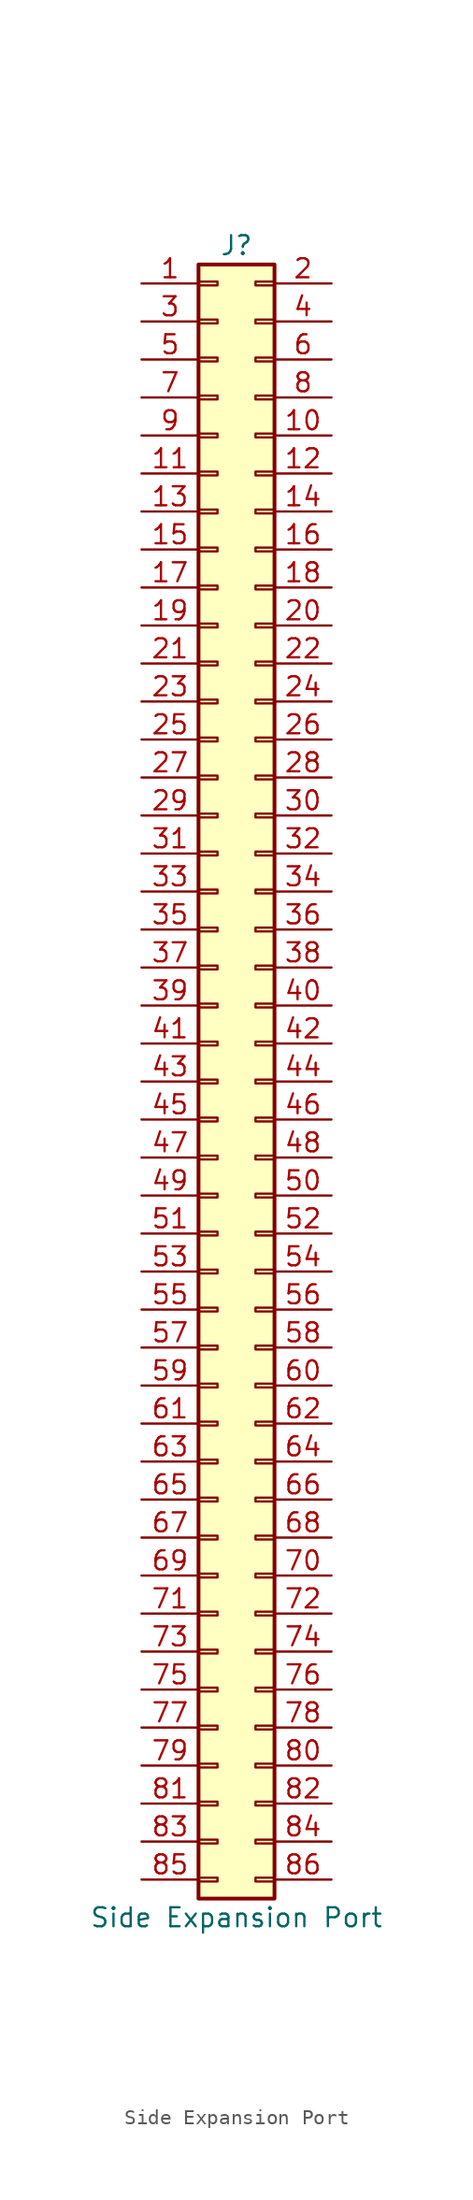
<source format=kicad_sym>
(kicad_symbol_lib
  (version 20211014)
  (generator kicad_symbol_editor)
  (symbol "Side Expansion Port"
    (pin_names
      (offset 1.016) hide)
    (property "Reference" "J"
      (at 1.27 50.8 0)
      (effects (font (size 1.27 1.27))))
    (property "Value" "Side Expansion Port"
      (at 1.27 -60.96 0)
      (effects (font (size 1.27 1.27))))
    (symbol "Side Expansion Port_1_1"
      (rectangle (start -1.27 -58.293) (end 0 -58.547) (stroke (width 0.152) (type default) (color 0 0 0 0)) (fill (type none)))
      (rectangle (start -1.27 -55.753) (end 0 -56.007) (stroke (width 0.152) (type default) (color 0 0 0 0)) (fill (type none)))
      (rectangle (start -1.27 -53.213) (end 0 -53.467) (stroke (width 0.152) (type default) (color 0 0 0 0)) (fill (type none)))
      (rectangle (start -1.27 -50.673) (end 0 -50.927) (stroke (width 0.152) (type default) (color 0 0 0 0)) (fill (type none)))
      (rectangle (start -1.27 -48.133) (end 0 -48.387) (stroke (width 0.152) (type default) (color 0 0 0 0)) (fill (type none)))
      (rectangle (start -1.27 -45.593) (end 0 -45.847) (stroke (width 0.152) (type default) (color 0 0 0 0)) (fill (type none)))
      (rectangle (start -1.27 -43.053) (end 0 -43.307) (stroke (width 0.152) (type default) (color 0 0 0 0)) (fill (type none)))
      (rectangle (start -1.27 -40.513) (end 0 -40.767) (stroke (width 0.152) (type default) (color 0 0 0 0)) (fill (type none)))
      (rectangle (start -1.27 -37.973) (end 0 -38.227) (stroke (width 0.152) (type default) (color 0 0 0 0)) (fill (type none)))
      (rectangle (start -1.27 -35.433) (end 0 -35.687) (stroke (width 0.152) (type default) (color 0 0 0 0)) (fill (type none)))
      (rectangle (start -1.27 -32.893) (end 0 -33.147) (stroke (width 0.152) (type default) (color 0 0 0 0)) (fill (type none)))
      (rectangle (start -1.27 -30.353) (end 0 -30.607) (stroke (width 0.152) (type default) (color 0 0 0 0)) (fill (type none)))
      (rectangle (start -1.27 -27.813) (end 0 -28.067) (stroke (width 0.152) (type default) (color 0 0 0 0)) (fill (type none)))
      (rectangle (start -1.27 -25.273) (end 0 -25.527) (stroke (width 0.152) (type default) (color 0 0 0 0)) (fill (type none)))
      (rectangle (start -1.27 -22.733) (end 0 -22.987) (stroke (width 0.152) (type default) (color 0 0 0 0)) (fill (type none)))
      (rectangle (start -1.27 -20.193) (end 0 -20.447) (stroke (width 0.152) (type default) (color 0 0 0 0)) (fill (type none)))
      (rectangle (start -1.27 -17.653) (end 0 -17.907) (stroke (width 0.152) (type default) (color 0 0 0 0)) (fill (type none)))
      (rectangle (start -1.27 -15.113) (end 0 -15.367) (stroke (width 0.152) (type default) (color 0 0 0 0)) (fill (type none)))
      (rectangle (start -1.27 -12.573) (end 0 -12.827) (stroke (width 0.152) (type default) (color 0 0 0 0)) (fill (type none)))
      (rectangle (start -1.27 -10.033) (end 0 -10.287) (stroke (width 0.152) (type default) (color 0 0 0 0)) (fill (type none)))
      (rectangle (start -1.27 -7.493) (end 0 -7.747) (stroke (width 0.152) (type default) (color 0 0 0 0)) (fill (type none)))
      (rectangle (start -1.27 -4.953) (end 0 -5.207) (stroke (width 0.152) (type default) (color 0 0 0 0)) (fill (type none)))
      (rectangle (start -1.27 -2.413) (end 0 -2.667) (stroke (width 0.152) (type default) (color 0 0 0 0)) (fill (type none)))
      (rectangle (start -1.27 0.127) (end 0 -0.127) (stroke (width 0.152) (type default) (color 0 0 0 0)) (fill (type none)))
      (rectangle (start -1.27 2.667) (end 0 2.413) (stroke (width 0.152) (type default) (color 0 0 0 0)) (fill (type none)))
      (rectangle (start -1.27 5.207) (end 0 4.953) (stroke (width 0.152) (type default) (color 0 0 0 0)) (fill (type none)))
      (rectangle (start -1.27 7.747) (end 0 7.493) (stroke (width 0.152) (type default) (color 0 0 0 0)) (fill (type none)))
      (rectangle (start -1.27 10.287) (end 0 10.033) (stroke (width 0.152) (type default) (color 0 0 0 0)) (fill (type none)))
      (rectangle (start -1.27 12.827) (end 0 12.573) (stroke (width 0.152) (type default) (color 0 0 0 0)) (fill (type none)))
      (rectangle (start -1.27 15.367) (end 0 15.113) (stroke (width 0.152) (type default) (color 0 0 0 0)) (fill (type none)))
      (rectangle (start -1.27 17.907) (end 0 17.653) (stroke (width 0.152) (type default) (color 0 0 0 0)) (fill (type none)))
      (rectangle (start -1.27 20.447) (end 0 20.193) (stroke (width 0.152) (type default) (color 0 0 0 0)) (fill (type none)))
      (rectangle (start -1.27 22.987) (end 0 22.733) (stroke (width 0.152) (type default) (color 0 0 0 0)) (fill (type none)))
      (rectangle (start -1.27 25.527) (end 0 25.273) (stroke (width 0.152) (type default) (color 0 0 0 0)) (fill (type none)))
      (rectangle (start -1.27 28.067) (end 0 27.813) (stroke (width 0.152) (type default) (color 0 0 0 0)) (fill (type none)))
      (rectangle (start -1.27 30.607) (end 0 30.353) (stroke (width 0.152) (type default) (color 0 0 0 0)) (fill (type none)))
      (rectangle (start -1.27 33.147) (end 0 32.893) (stroke (width 0.152) (type default) (color 0 0 0 0)) (fill (type none)))
      (rectangle (start -1.27 35.687) (end 0 35.433) (stroke (width 0.152) (type default) (color 0 0 0 0)) (fill (type none)))
      (rectangle (start -1.27 38.227) (end 0 37.973) (stroke (width 0.152) (type default) (color 0 0 0 0)) (fill (type none)))
      (rectangle (start -1.27 40.767) (end 0 40.513) (stroke (width 0.152) (type default) (color 0 0 0 0)) (fill (type none)))
      (rectangle (start -1.27 43.307) (end 0 43.053) (stroke (width 0.152) (type default) (color 0 0 0 0)) (fill (type none)))
      (rectangle (start -1.27 45.847) (end 0 45.593) (stroke (width 0.152) (type default) (color 0 0 0 0)) (fill (type none)))
      (rectangle (start -1.27 48.387) (end 0 48.133) (stroke (width 0.152) (type default) (color 0 0 0 0)) (fill (type none)))
      (rectangle (start -1.27 49.53) (end 3.81 -59.69) (stroke (width 0.254) (type default) (color 0 0 0 0)) (fill (type background)))
      (rectangle (start 3.81 -58.293) (end 2.54 -58.547) (stroke (width 0.152) (type default) (color 0 0 0 0)) (fill (type none)))
      (rectangle (start 3.81 -55.753) (end 2.54 -56.007) (stroke (width 0.152) (type default) (color 0 0 0 0)) (fill (type none)))
      (rectangle (start 3.81 -53.213) (end 2.54 -53.467) (stroke (width 0.152) (type default) (color 0 0 0 0)) (fill (type none)))
      (rectangle (start 3.81 -50.673) (end 2.54 -50.927) (stroke (width 0.152) (type default) (color 0 0 0 0)) (fill (type none)))
      (rectangle (start 3.81 -48.133) (end 2.54 -48.387) (stroke (width 0.152) (type default) (color 0 0 0 0)) (fill (type none)))
      (rectangle (start 3.81 -45.593) (end 2.54 -45.847) (stroke (width 0.152) (type default) (color 0 0 0 0)) (fill (type none)))
      (rectangle (start 3.81 -43.053) (end 2.54 -43.307) (stroke (width 0.152) (type default) (color 0 0 0 0)) (fill (type none)))
      (rectangle (start 3.81 -40.513) (end 2.54 -40.767) (stroke (width 0.152) (type default) (color 0 0 0 0)) (fill (type none)))
      (rectangle (start 3.81 -37.973) (end 2.54 -38.227) (stroke (width 0.152) (type default) (color 0 0 0 0)) (fill (type none)))
      (rectangle (start 3.81 -35.433) (end 2.54 -35.687) (stroke (width 0.152) (type default) (color 0 0 0 0)) (fill (type none)))
      (rectangle (start 3.81 -32.893) (end 2.54 -33.147) (stroke (width 0.152) (type default) (color 0 0 0 0)) (fill (type none)))
      (rectangle (start 3.81 -30.353) (end 2.54 -30.607) (stroke (width 0.152) (type default) (color 0 0 0 0)) (fill (type none)))
      (rectangle (start 3.81 -27.813) (end 2.54 -28.067) (stroke (width 0.152) (type default) (color 0 0 0 0)) (fill (type none)))
      (rectangle (start 3.81 -25.273) (end 2.54 -25.527) (stroke (width 0.152) (type default) (color 0 0 0 0)) (fill (type none)))
      (rectangle (start 3.81 -22.733) (end 2.54 -22.987) (stroke (width 0.152) (type default) (color 0 0 0 0)) (fill (type none)))
      (rectangle (start 3.81 -20.193) (end 2.54 -20.447) (stroke (width 0.152) (type default) (color 0 0 0 0)) (fill (type none)))
      (rectangle (start 3.81 -17.653) (end 2.54 -17.907) (stroke (width 0.152) (type default) (color 0 0 0 0)) (fill (type none)))
      (rectangle (start 3.81 -15.113) (end 2.54 -15.367) (stroke (width 0.152) (type default) (color 0 0 0 0)) (fill (type none)))
      (rectangle (start 3.81 -12.573) (end 2.54 -12.827) (stroke (width 0.152) (type default) (color 0 0 0 0)) (fill (type none)))
      (rectangle (start 3.81 -10.033) (end 2.54 -10.287) (stroke (width 0.152) (type default) (color 0 0 0 0)) (fill (type none)))
      (rectangle (start 3.81 -7.493) (end 2.54 -7.747) (stroke (width 0.152) (type default) (color 0 0 0 0)) (fill (type none)))
      (rectangle (start 3.81 -4.953) (end 2.54 -5.207) (stroke (width 0.152) (type default) (color 0 0 0 0)) (fill (type none)))
      (rectangle (start 3.81 -2.413) (end 2.54 -2.667) (stroke (width 0.152) (type default) (color 0 0 0 0)) (fill (type none)))
      (rectangle (start 3.81 0.127) (end 2.54 -0.127) (stroke (width 0.152) (type default) (color 0 0 0 0)) (fill (type none)))
      (rectangle (start 3.81 2.667) (end 2.54 2.413) (stroke (width 0.152) (type default) (color 0 0 0 0)) (fill (type none)))
      (rectangle (start 3.81 5.207) (end 2.54 4.953) (stroke (width 0.152) (type default) (color 0 0 0 0)) (fill (type none)))
      (rectangle (start 3.81 7.747) (end 2.54 7.493) (stroke (width 0.152) (type default) (color 0 0 0 0)) (fill (type none)))
      (rectangle (start 3.81 10.287) (end 2.54 10.033) (stroke (width 0.152) (type default) (color 0 0 0 0)) (fill (type none)))
      (rectangle (start 3.81 12.827) (end 2.54 12.573) (stroke (width 0.152) (type default) (color 0 0 0 0)) (fill (type none)))
      (rectangle (start 3.81 15.367) (end 2.54 15.113) (stroke (width 0.152) (type default) (color 0 0 0 0)) (fill (type none)))
      (rectangle (start 3.81 17.907) (end 2.54 17.653) (stroke (width 0.152) (type default) (color 0 0 0 0)) (fill (type none)))
      (rectangle (start 3.81 20.447) (end 2.54 20.193) (stroke (width 0.152) (type default) (color 0 0 0 0)) (fill (type none)))
      (rectangle (start 3.81 22.987) (end 2.54 22.733) (stroke (width 0.152) (type default) (color 0 0 0 0)) (fill (type none)))
      (rectangle (start 3.81 25.527) (end 2.54 25.273) (stroke (width 0.152) (type default) (color 0 0 0 0)) (fill (type none)))
      (rectangle (start 3.81 28.067) (end 2.54 27.813) (stroke (width 0.152) (type default) (color 0 0 0 0)) (fill (type none)))
      (rectangle (start 3.81 30.607) (end 2.54 30.353) (stroke (width 0.152) (type default) (color 0 0 0 0)) (fill (type none)))
      (rectangle (start 3.81 33.147) (end 2.54 32.893) (stroke (width 0.152) (type default) (color 0 0 0 0)) (fill (type none)))
      (rectangle (start 3.81 35.687) (end 2.54 35.433) (stroke (width 0.152) (type default) (color 0 0 0 0)) (fill (type none)))
      (rectangle (start 3.81 38.227) (end 2.54 37.973) (stroke (width 0.152) (type default) (color 0 0 0 0)) (fill (type none)))
      (rectangle (start 3.81 40.767) (end 2.54 40.513) (stroke (width 0.152) (type default) (color 0 0 0 0)) (fill (type none)))
      (rectangle (start 3.81 43.307) (end 2.54 43.053) (stroke (width 0.152) (type default) (color 0 0 0 0)) (fill (type none)))
      (rectangle (start 3.81 45.847) (end 2.54 45.593) (stroke (width 0.152) (type default) (color 0 0 0 0)) (fill (type none)))
      (rectangle (start 3.81 48.387) (end 2.54 48.133) (stroke (width 0.152) (type default) (color 0 0 0 0)) (fill (type none)))
      (pin passive line (at -5.08 48.26 0) (length 3.81) (name "GND" (effects (font (size 1.27 1.27)))) (number "1" (effects (font (size 1.27 1.27)))))
      (pin passive line (at 7.62 38.1 180) (length 3.81) (name "+12V" (effects (font (size 1.27 1.27)))) (number "10" (effects (font (size 1.27 1.27)))))
      (pin passive line (at -5.08 35.56 0) (length 3.81) (name "NC" (effects (font (size 1.27 1.27)))) (number "11" (effects (font (size 1.27 1.27)))))
      (pin passive line (at 7.62 35.56 180) (length 3.81) (name "GND" (effects (font (size 1.27 1.27)))) (number "12" (effects (font (size 1.27 1.27)))))
      (pin passive line (at -5.08 33.02 0) (length 3.81) (name "GND" (effects (font (size 1.27 1.27)))) (number "13" (effects (font (size 1.27 1.27)))))
      (pin passive line (at 7.62 33.02 180) (length 3.81) (name "~{CCKQ}" (effects (font (size 1.27 1.27)))) (number "14" (effects (font (size 1.27 1.27)))))
      (pin passive line (at -5.08 30.48 0) (length 3.81) (name "CDAC" (effects (font (size 1.27 1.27)))) (number "15" (effects (font (size 1.27 1.27)))))
      (pin passive line (at 7.62 30.48 180) (length 3.81) (name "~{CCK}" (effects (font (size 1.27 1.27)))) (number "16" (effects (font (size 1.27 1.27)))))
      (pin passive line (at -5.08 27.94 0) (length 3.81) (name "~{OVR}" (effects (font (size 1.27 1.27)))) (number "17" (effects (font (size 1.27 1.27)))))
      (pin passive line (at 7.62 27.94 180) (length 3.81) (name "XRDY" (effects (font (size 1.27 1.27)))) (number "18" (effects (font (size 1.27 1.27)))))
      (pin passive line (at -5.08 25.4 0) (length 3.81) (name "~{INT2}" (effects (font (size 1.27 1.27)))) (number "19" (effects (font (size 1.27 1.27)))))
      (pin passive line (at 7.62 48.26 180) (length 3.81) (name "GND" (effects (font (size 1.27 1.27)))) (number "2" (effects (font (size 1.27 1.27)))))
      (pin passive line (at 7.62 25.4 180) (length 3.81) (name "NC" (effects (font (size 1.27 1.27)))) (number "20" (effects (font (size 1.27 1.27)))))
      (pin passive line (at -5.08 22.86 0) (length 3.81) (name "A5" (effects (font (size 1.27 1.27)))) (number "21" (effects (font (size 1.27 1.27)))))
      (pin passive line (at 7.62 22.86 180) (length 3.81) (name "~{INT6}" (effects (font (size 1.27 1.27)))) (number "22" (effects (font (size 1.27 1.27)))))
      (pin passive line (at -5.08 20.32 0) (length 3.81) (name "A6" (effects (font (size 1.27 1.27)))) (number "23" (effects (font (size 1.27 1.27)))))
      (pin passive line (at 7.62 20.32 180) (length 3.81) (name "A4" (effects (font (size 1.27 1.27)))) (number "24" (effects (font (size 1.27 1.27)))))
      (pin passive line (at -5.08 17.78 0) (length 3.81) (name "GND" (effects (font (size 1.27 1.27)))) (number "25" (effects (font (size 1.27 1.27)))))
      (pin passive line (at 7.62 17.78 180) (length 3.81) (name "A3" (effects (font (size 1.27 1.27)))) (number "26" (effects (font (size 1.27 1.27)))))
      (pin passive line (at -5.08 15.24 0) (length 3.81) (name "A2" (effects (font (size 1.27 1.27)))) (number "27" (effects (font (size 1.27 1.27)))))
      (pin passive line (at 7.62 15.24 180) (length 3.81) (name "A7" (effects (font (size 1.27 1.27)))) (number "28" (effects (font (size 1.27 1.27)))))
      (pin passive line (at -5.08 12.7 0) (length 3.81) (name "A1" (effects (font (size 1.27 1.27)))) (number "29" (effects (font (size 1.27 1.27)))))
      (pin passive line (at -5.08 45.72 0) (length 3.81) (name "GND" (effects (font (size 1.27 1.27)))) (number "3" (effects (font (size 1.27 1.27)))))
      (pin passive line (at 7.62 12.7 180) (length 3.81) (name "A8" (effects (font (size 1.27 1.27)))) (number "30" (effects (font (size 1.27 1.27)))))
      (pin passive line (at -5.08 10.16 0) (length 3.81) (name "FC0" (effects (font (size 1.27 1.27)))) (number "31" (effects (font (size 1.27 1.27)))))
      (pin passive line (at 7.62 10.16 180) (length 3.81) (name "A9" (effects (font (size 1.27 1.27)))) (number "32" (effects (font (size 1.27 1.27)))))
      (pin passive line (at -5.08 7.62 0) (length 3.81) (name "FC1" (effects (font (size 1.27 1.27)))) (number "33" (effects (font (size 1.27 1.27)))))
      (pin passive line (at 7.62 7.62 180) (length 3.81) (name "A10" (effects (font (size 1.27 1.27)))) (number "34" (effects (font (size 1.27 1.27)))))
      (pin passive line (at -5.08 5.08 0) (length 3.81) (name "FC2" (effects (font (size 1.27 1.27)))) (number "35" (effects (font (size 1.27 1.27)))))
      (pin passive line (at 7.62 5.08 180) (length 3.81) (name "A11" (effects (font (size 1.27 1.27)))) (number "36" (effects (font (size 1.27 1.27)))))
      (pin passive line (at -5.08 2.54 0) (length 3.81) (name "GND" (effects (font (size 1.27 1.27)))) (number "37" (effects (font (size 1.27 1.27)))))
      (pin passive line (at 7.62 2.54 180) (length 3.81) (name "A12" (effects (font (size 1.27 1.27)))) (number "38" (effects (font (size 1.27 1.27)))))
      (pin passive line (at -5.08 0 0) (length 3.81) (name "A13" (effects (font (size 1.27 1.27)))) (number "39" (effects (font (size 1.27 1.27)))))
      (pin passive line (at 7.62 45.72 180) (length 3.81) (name "GND" (effects (font (size 1.27 1.27)))) (number "4" (effects (font (size 1.27 1.27)))))
      (pin passive line (at 7.62 0 180) (length 3.81) (name "~{IPL0}" (effects (font (size 1.27 1.27)))) (number "40" (effects (font (size 1.27 1.27)))))
      (pin passive line (at -5.08 -2.54 0) (length 3.81) (name "A14" (effects (font (size 1.27 1.27)))) (number "41" (effects (font (size 1.27 1.27)))))
      (pin passive line (at 7.62 -2.54 180) (length 3.81) (name "~{IPL1}" (effects (font (size 1.27 1.27)))) (number "42" (effects (font (size 1.27 1.27)))))
      (pin passive line (at -5.08 -5.08 0) (length 3.81) (name "A15" (effects (font (size 1.27 1.27)))) (number "43" (effects (font (size 1.27 1.27)))))
      (pin passive line (at 7.62 -5.08 180) (length 3.81) (name "~{IPL2}" (effects (font (size 1.27 1.27)))) (number "44" (effects (font (size 1.27 1.27)))))
      (pin passive line (at -5.08 -7.62 0) (length 3.81) (name "A16" (effects (font (size 1.27 1.27)))) (number "45" (effects (font (size 1.27 1.27)))))
      (pin passive line (at 7.62 -7.62 180) (length 3.81) (name "~{BEER}" (effects (font (size 1.27 1.27)))) (number "46" (effects (font (size 1.27 1.27)))))
      (pin passive line (at -5.08 -10.16 0) (length 3.81) (name "A17" (effects (font (size 1.27 1.27)))) (number "47" (effects (font (size 1.27 1.27)))))
      (pin passive line (at 7.62 -10.16 180) (length 3.81) (name "~{VPA}" (effects (font (size 1.27 1.27)))) (number "48" (effects (font (size 1.27 1.27)))))
      (pin passive line (at -5.08 -12.7 0) (length 3.81) (name "GND" (effects (font (size 1.27 1.27)))) (number "49" (effects (font (size 1.27 1.27)))))
      (pin passive line (at -5.08 43.18 0) (length 3.81) (name "VCC" (effects (font (size 1.27 1.27)))) (number "5" (effects (font (size 1.27 1.27)))))
      (pin passive line (at 7.62 -12.7 180) (length 3.81) (name "E" (effects (font (size 1.27 1.27)))) (number "50" (effects (font (size 1.27 1.27)))))
      (pin passive line (at -5.08 -15.24 0) (length 3.81) (name "~{VMA}" (effects (font (size 1.27 1.27)))) (number "51" (effects (font (size 1.27 1.27)))))
      (pin passive line (at 7.62 -15.24 180) (length 3.81) (name "A18" (effects (font (size 1.27 1.27)))) (number "52" (effects (font (size 1.27 1.27)))))
      (pin passive line (at -5.08 -17.78 0) (length 3.81) (name "~{RST}" (effects (font (size 1.27 1.27)))) (number "53" (effects (font (size 1.27 1.27)))))
      (pin passive line (at 7.62 -17.78 180) (length 3.81) (name "A19" (effects (font (size 1.27 1.27)))) (number "54" (effects (font (size 1.27 1.27)))))
      (pin passive line (at -5.08 -20.32 0) (length 3.81) (name "~{HLT}" (effects (font (size 1.27 1.27)))) (number "55" (effects (font (size 1.27 1.27)))))
      (pin passive line (at 7.62 -20.32 180) (length 3.81) (name "A20" (effects (font (size 1.27 1.27)))) (number "56" (effects (font (size 1.27 1.27)))))
      (pin passive line (at -5.08 -22.86 0) (length 3.81) (name "A22" (effects (font (size 1.27 1.27)))) (number "57" (effects (font (size 1.27 1.27)))))
      (pin passive line (at 7.62 -22.86 180) (length 3.81) (name "A21" (effects (font (size 1.27 1.27)))) (number "58" (effects (font (size 1.27 1.27)))))
      (pin passive line (at -5.08 -25.4 0) (length 3.81) (name "A23" (effects (font (size 1.27 1.27)))) (number "59" (effects (font (size 1.27 1.27)))))
      (pin passive line (at 7.62 43.18 180) (length 3.81) (name "VCC" (effects (font (size 1.27 1.27)))) (number "6" (effects (font (size 1.27 1.27)))))
      (pin passive line (at 7.62 -25.4 180) (length 3.81) (name "~{BR}" (effects (font (size 1.27 1.27)))) (number "60" (effects (font (size 1.27 1.27)))))
      (pin passive line (at -5.08 -27.94 0) (length 3.81) (name "GND" (effects (font (size 1.27 1.27)))) (number "61" (effects (font (size 1.27 1.27)))))
      (pin passive line (at 7.62 -27.94 180) (length 3.81) (name "~{BGACK}" (effects (font (size 1.27 1.27)))) (number "62" (effects (font (size 1.27 1.27)))))
      (pin passive line (at -5.08 -30.48 0) (length 3.81) (name "D15" (effects (font (size 1.27 1.27)))) (number "63" (effects (font (size 1.27 1.27)))))
      (pin passive line (at 7.62 -30.48 180) (length 3.81) (name "~{BG}" (effects (font (size 1.27 1.27)))) (number "64" (effects (font (size 1.27 1.27)))))
      (pin passive line (at -5.08 -33.02 0) (length 3.81) (name "D14" (effects (font (size 1.27 1.27)))) (number "65" (effects (font (size 1.27 1.27)))))
      (pin passive line (at 7.62 -33.02 180) (length 3.81) (name "~{DTACK}" (effects (font (size 1.27 1.27)))) (number "66" (effects (font (size 1.27 1.27)))))
      (pin passive line (at -5.08 -35.56 0) (length 3.81) (name "D13" (effects (font (size 1.27 1.27)))) (number "67" (effects (font (size 1.27 1.27)))))
      (pin passive line (at 7.62 -35.56 180) (length 3.81) (name "R~{W}" (effects (font (size 1.27 1.27)))) (number "68" (effects (font (size 1.27 1.27)))))
      (pin passive line (at -5.08 -38.1 0) (length 3.81) (name "D12" (effects (font (size 1.27 1.27)))) (number "69" (effects (font (size 1.27 1.27)))))
      (pin passive line (at -5.08 40.64 0) (length 3.81) (name "7MHz" (effects (font (size 1.27 1.27)))) (number "7" (effects (font (size 1.27 1.27)))))
      (pin passive line (at 7.62 -38.1 180) (length 3.81) (name "~{LDS}" (effects (font (size 1.27 1.27)))) (number "70" (effects (font (size 1.27 1.27)))))
      (pin passive line (at -5.08 -40.64 0) (length 3.81) (name "D11" (effects (font (size 1.27 1.27)))) (number "71" (effects (font (size 1.27 1.27)))))
      (pin passive line (at 7.62 -40.64 180) (length 3.81) (name "~{UDS}" (effects (font (size 1.27 1.27)))) (number "72" (effects (font (size 1.27 1.27)))))
      (pin passive line (at -5.08 -43.18 0) (length 3.81) (name "GND" (effects (font (size 1.27 1.27)))) (number "73" (effects (font (size 1.27 1.27)))))
      (pin passive line (at 7.62 -43.18 180) (length 3.81) (name "~{AS}" (effects (font (size 1.27 1.27)))) (number "74" (effects (font (size 1.27 1.27)))))
      (pin passive line (at -5.08 -45.72 0) (length 3.81) (name "D0" (effects (font (size 1.27 1.27)))) (number "75" (effects (font (size 1.27 1.27)))))
      (pin passive line (at 7.62 -45.72 180) (length 3.81) (name "D10" (effects (font (size 1.27 1.27)))) (number "76" (effects (font (size 1.27 1.27)))))
      (pin passive line (at -5.08 -48.26 0) (length 3.81) (name "D1" (effects (font (size 1.27 1.27)))) (number "77" (effects (font (size 1.27 1.27)))))
      (pin passive line (at 7.62 -48.26 180) (length 3.81) (name "D9" (effects (font (size 1.27 1.27)))) (number "78" (effects (font (size 1.27 1.27)))))
      (pin passive line (at -5.08 -50.8 0) (length 3.81) (name "D2" (effects (font (size 1.27 1.27)))) (number "79" (effects (font (size 1.27 1.27)))))
      (pin passive line (at 7.62 40.64 180) (length 3.81) (name "-12V" (effects (font (size 1.27 1.27)))) (number "8" (effects (font (size 1.27 1.27)))))
      (pin passive line (at 7.62 -50.8 180) (length 3.81) (name "D8" (effects (font (size 1.27 1.27)))) (number "80" (effects (font (size 1.27 1.27)))))
      (pin passive line (at -5.08 -53.34 0) (length 3.81) (name "D3" (effects (font (size 1.27 1.27)))) (number "81" (effects (font (size 1.27 1.27)))))
      (pin passive line (at 7.62 -53.34 180) (length 3.81) (name "D7" (effects (font (size 1.27 1.27)))) (number "82" (effects (font (size 1.27 1.27)))))
      (pin passive line (at -5.08 -55.88 0) (length 3.81) (name "D4" (effects (font (size 1.27 1.27)))) (number "83" (effects (font (size 1.27 1.27)))))
      (pin passive line (at 7.62 -55.88 180) (length 3.81) (name "D6" (effects (font (size 1.27 1.27)))) (number "84" (effects (font (size 1.27 1.27)))))
      (pin passive line (at -5.08 -58.42 0) (length 3.81) (name "GND" (effects (font (size 1.27 1.27)))) (number "85" (effects (font (size 1.27 1.27)))))
      (pin passive line (at 7.62 -58.42 180) (length 3.81) (name "D5" (effects (font (size 1.27 1.27)))) (number "86" (effects (font (size 1.27 1.27)))))
      (pin passive line (at -5.08 38.1 0) (length 3.81) (name "NC" (effects (font (size 1.27 1.27)))) (number "9" (effects (font (size 1.27 1.27))))))))
</source>
